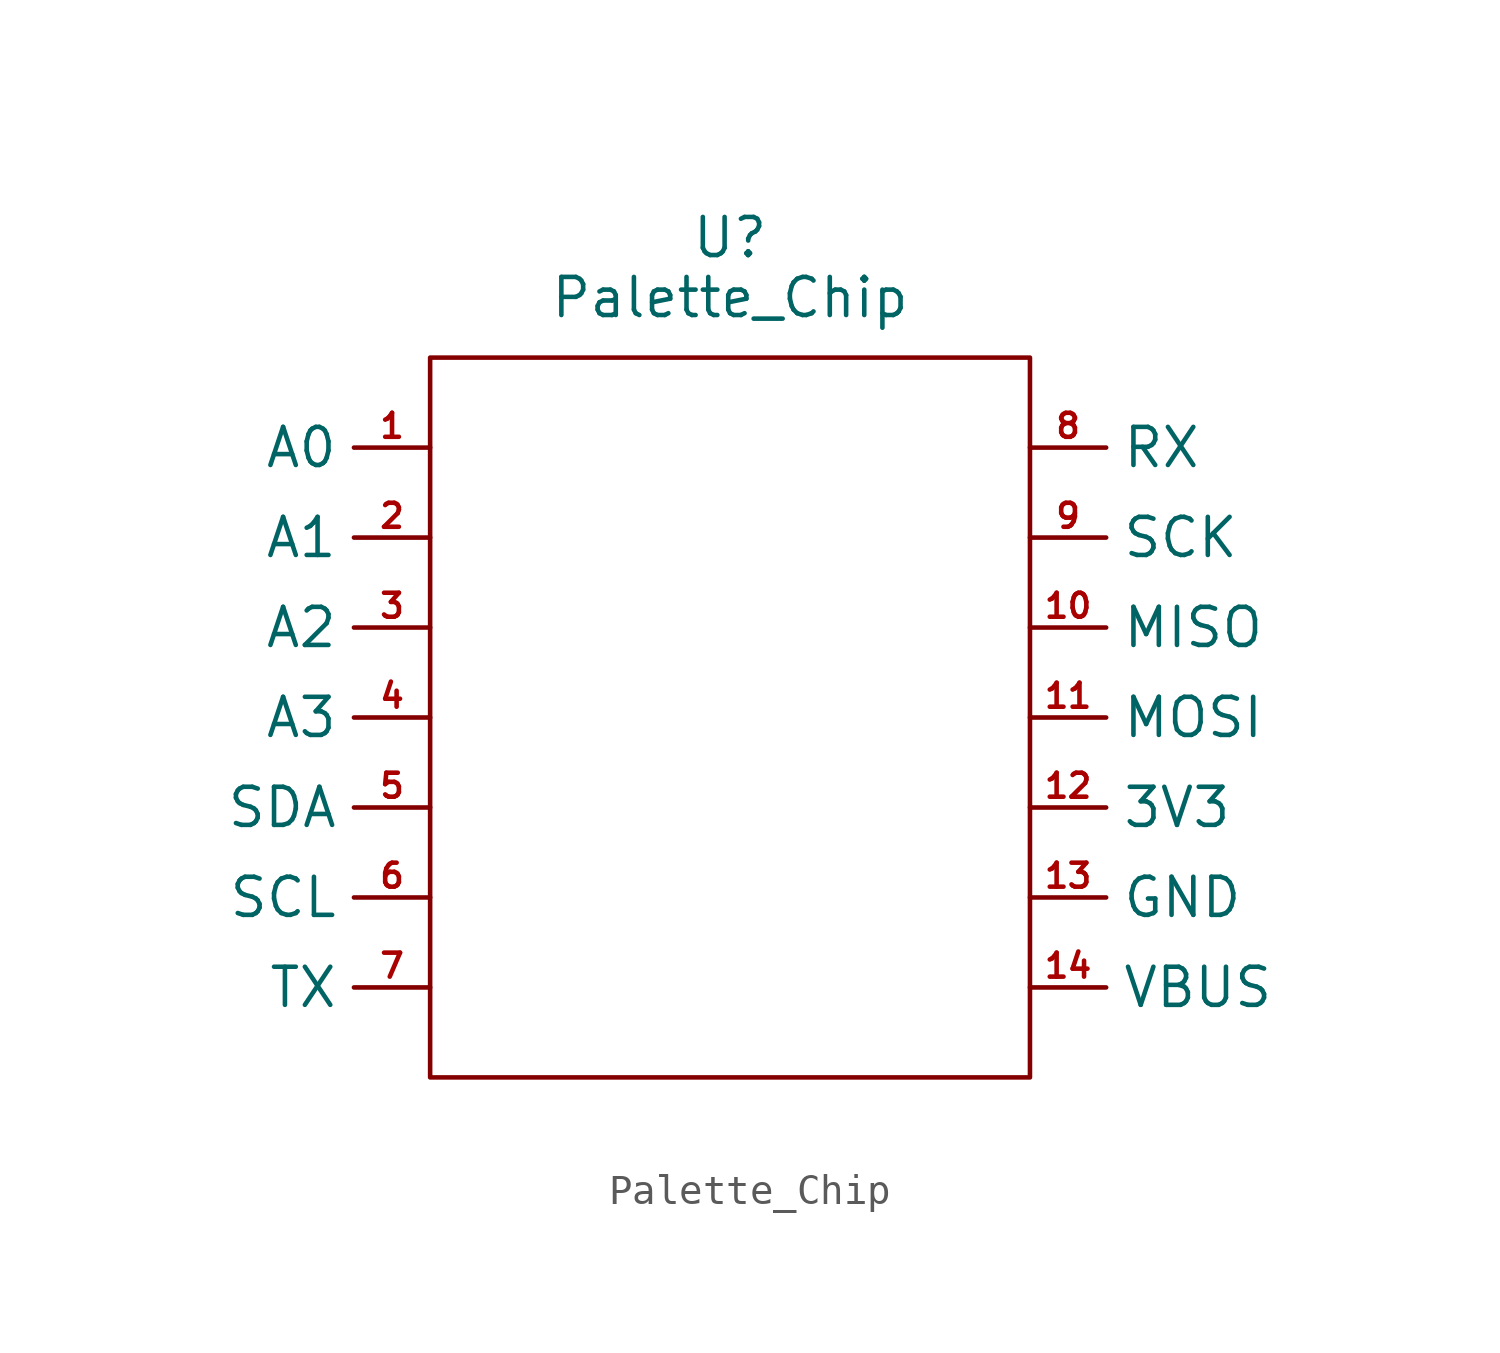
<source format=kicad_sym>
(kicad_symbol_lib
  (version 20211014)
  (generator kicad_symbol_editor)
  (symbol "Palette_Chip"
    (property "Reference" "U"
      (at 0 22 0)
      (effects (font (size 1.27 1.27))))
    (property "Value" "Palette_Chip"
      (at 0 20 0)
      (effects (font (size 1.27 1.27))))
    (symbol "Palette_Chip_0_1"
      (polyline (pts (xy 0 18) (xy -10 18) (xy -10 -6) (xy 10 -6) (xy 10 18) (xy 0 18)) (stroke (width 0) (type default) (color 0 0 0 0)) (fill (type none))))
    (symbol "Palette_Chip_1_1"
      (pin output line (at -10 15 180) (length 2.54) (name "A0" (effects (font (size 1.27 1.27)))) (number "1" (effects (font (size 0.8 0.8)))))
      (pin output line (at 10 9 0) (length 2.54) (name "MISO" (effects (font (size 1.27 1.27)))) (number "10" (effects (font (size 0.8 0.8)))))
      (pin output line (at 10 6 0) (length 2.54) (name "MOSI" (effects (font (size 1.27 1.27)))) (number "11" (effects (font (size 0.8 0.8)))))
      (pin output line (at 10 3 0) (length 2.54) (name "3V3" (effects (font (size 1.27 1.27)))) (number "12" (effects (font (size 0.8 0.8)))))
      (pin output line (at 10 0 0) (length 2.54) (name "GND" (effects (font (size 1.27 1.27)))) (number "13" (effects (font (size 0.8 0.8)))))
      (pin output line (at 10 -3 0) (length 2.54) (name "VBUS" (effects (font (size 1.27 1.27)))) (number "14" (effects (font (size 0.8 0.8)))))
      (pin output line (at -10 12 180) (length 2.54) (name "A1" (effects (font (size 1.27 1.27)))) (number "2" (effects (font (size 0.8 0.8)))))
      (pin output line (at -10 9 180) (length 2.54) (name "A2" (effects (font (size 1.27 1.27)))) (number "3" (effects (font (size 0.8 0.8)))))
      (pin output line (at -10 6 180) (length 2.54) (name "A3" (effects (font (size 1.27 1.27)))) (number "4" (effects (font (size 0.8 0.8)))))
      (pin output line (at -10 3 180) (length 2.54) (name "SDA" (effects (font (size 1.27 1.27)))) (number "5" (effects (font (size 0.8 0.8)))))
      (pin output line (at -10 0 180) (length 2.54) (name "SCL" (effects (font (size 1.27 1.27)))) (number "6" (effects (font (size 0.8 0.8)))))
      (pin output line (at -10 -3 180) (length 2.54) (name "TX" (effects (font (size 1.27 1.27)))) (number "7" (effects (font (size 0.8 0.8)))))
      (pin output line (at 10 15 0) (length 2.54) (name "RX" (effects (font (size 1.27 1.27)))) (number "8" (effects (font (size 0.8 0.8)))))
      (pin output line (at 10 12 0) (length 2.54) (name "SCK" (effects (font (size 1.27 1.27)))) (number "9" (effects (font (size 0.8 0.8))))))))
</source>
